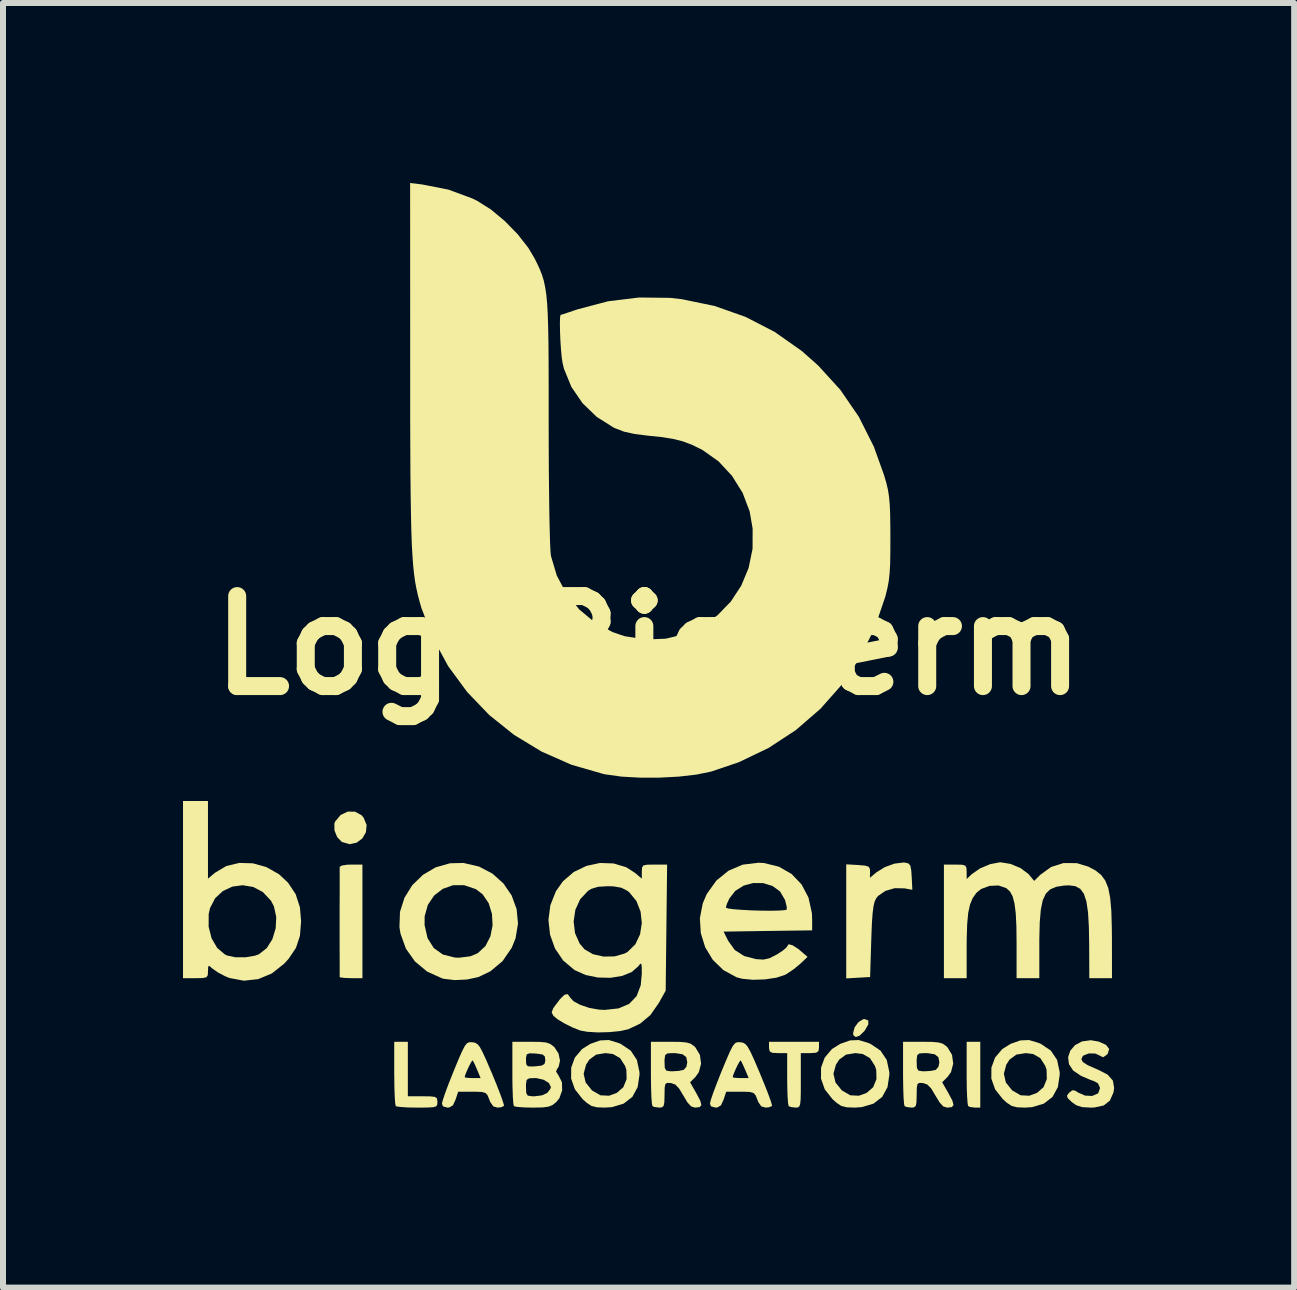
<source format=kicad_pcb>
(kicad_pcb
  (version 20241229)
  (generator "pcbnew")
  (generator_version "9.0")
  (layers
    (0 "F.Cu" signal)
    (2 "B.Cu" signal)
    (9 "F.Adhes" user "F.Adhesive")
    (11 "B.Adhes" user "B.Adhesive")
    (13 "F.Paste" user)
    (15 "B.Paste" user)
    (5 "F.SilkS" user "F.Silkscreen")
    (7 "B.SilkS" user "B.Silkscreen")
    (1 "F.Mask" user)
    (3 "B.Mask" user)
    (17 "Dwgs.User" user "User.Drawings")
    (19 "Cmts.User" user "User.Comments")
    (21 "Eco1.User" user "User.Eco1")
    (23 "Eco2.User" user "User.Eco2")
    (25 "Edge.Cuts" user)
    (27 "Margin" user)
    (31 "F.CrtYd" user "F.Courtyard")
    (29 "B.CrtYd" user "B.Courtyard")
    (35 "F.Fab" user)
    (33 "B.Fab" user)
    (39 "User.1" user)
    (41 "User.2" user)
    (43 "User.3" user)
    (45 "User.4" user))
  (footprint "LogoBiogerm"
    (layer "F.Cu")
    (at 7.76 7.706)
    (property "Reference" "LogoBiogerm" (at 0 0 0) (layer "F.SilkS") (effects (font (size 1.5 1.5) (thickness 0.3))))
    (attr board_only exclude_from_pos_files exclude_from_bom)
    (fp_poly (pts (xy 3.66 6.25) (xy 3.662 6.314) (xy 3.606 6.413) (xy 3.593 6.43) (xy 3.516 6.504) (xy 3.45 6.527) (xy 3.412 6.496) (xy 3.407 6.463) (xy 3.433 6.365) (xy 3.497 6.278) (xy 3.576 6.23) (xy 3.598 6.227)) (stroke (width 0) (type solid)) (fill yes) (layer "F.SilkS"))
    (fp_poly (pts (xy 5.527 7.154) (xy 5.527 7.703) (xy 5.438 7.703) (xy 5.359 7.693) (xy 5.325 7.678) (xy 5.316 7.633) (xy 5.308 7.527) (xy 5.302 7.374) (xy 5.3 7.188) (xy 5.3 7.129) (xy 5.3 6.606) (xy 5.413 6.606) (xy 5.527 6.606)) (stroke (width 0) (type solid)) (fill yes) (layer "F.SilkS"))
    (fp_poly (pts (xy -4.893 2.771) (xy -4.784 2.831) (xy -4.75 2.871) (xy -4.7 2.994) (xy -4.712 3.115) (xy -4.772 3.218) (xy -4.867 3.288) (xy -4.984 3.313) (xy -5.111 3.276) (xy -5.115 3.274) (xy -5.191 3.195) (xy -5.236 3.083) (xy -5.238 2.972) (xy -5.226 2.937) (xy -5.133 2.826) (xy -5.016 2.77)) (stroke (width 0) (type solid)) (fill yes) (layer "F.SilkS"))
    (fp_poly (pts (xy -4.77 4.599) (xy -4.77 5.546) (xy -4.959 5.546) (xy -5.067 5.542) (xy -5.136 5.533) (xy -5.149 5.527) (xy -5.149 5.485) (xy -5.149 5.378) (xy -5.149 5.218) (xy -5.15 5.013) (xy -5.15 4.777) (xy -5.15 4.618) (xy -5.15 4.365) (xy -5.149 4.137) (xy -5.149 3.944) (xy -5.149 3.799) (xy -5.149 3.711) (xy -5.149 3.691) (xy -5.114 3.669) (xy -5.027 3.655) (xy -4.959 3.653) (xy -4.77 3.653)) (stroke (width 0) (type solid)) (fill yes) (layer "F.SilkS"))
    (fp_poly (pts (xy -4.013 7.06) (xy -4.013 7.514) (xy -3.766 7.514) (xy -3.634 7.516) (xy -3.561 7.525) (xy -3.528 7.549) (xy -3.521 7.593) (xy -3.52 7.609) (xy -3.523 7.654) (xy -3.541 7.682) (xy -3.59 7.696) (xy -3.683 7.702) (xy -3.835 7.703) (xy -3.855 7.703) (xy -4.007 7.701) (xy -4.129 7.693) (xy -4.203 7.683) (xy -4.214 7.678) (xy -4.224 7.633) (xy -4.231 7.527) (xy -4.237 7.374) (xy -4.239 7.188) (xy -4.24 7.129) (xy -4.24 6.606) (xy -4.126 6.606) (xy -4.013 6.606)) (stroke (width 0) (type solid)) (fill yes) (layer "F.SilkS"))
    (fp_poly (pts (xy 2.839 6.7) (xy 2.831 6.761) (xy 2.792 6.788) (xy 2.701 6.795) (xy 2.688 6.795) (xy 2.536 6.795) (xy 2.536 7.249) (xy 2.536 7.44) (xy 2.533 7.569) (xy 2.525 7.647) (xy 2.509 7.686) (xy 2.484 7.701) (xy 2.448 7.703) (xy 2.368 7.693) (xy 2.334 7.678) (xy 2.324 7.632) (xy 2.316 7.527) (xy 2.311 7.378) (xy 2.309 7.224) (xy 2.309 6.795) (xy 2.158 6.795) (xy 2.06 6.79) (xy 2.017 6.765) (xy 2.006 6.708) (xy 2.006 6.7) (xy 2.006 6.606) (xy 2.423 6.606) (xy 2.839 6.606)) (stroke (width 0) (type solid)) (fill yes) (layer "F.SilkS"))
    (fp_poly (pts (xy 4.279 3.621) (xy 4.332 3.635) (xy 4.362 3.672) (xy 4.377 3.751) (xy 4.384 3.854) (xy 4.395 4.073) (xy 4.263 4.049) (xy 4.1 4.046) (xy 3.945 4.092) (xy 3.823 4.176) (xy 3.794 4.213) (xy 3.767 4.267) (xy 3.748 4.345) (xy 3.733 4.461) (xy 3.721 4.626) (xy 3.712 4.852) (xy 3.71 4.919) (xy 3.691 5.527) (xy 3.492 5.538) (xy 3.293 5.55) (xy 3.293 4.599) (xy 3.293 3.649) (xy 3.492 3.66) (xy 3.608 3.67) (xy 3.667 3.688) (xy 3.688 3.726) (xy 3.69 3.772) (xy 3.688 3.873) (xy 3.795 3.783) (xy 3.934 3.696) (xy 4.096 3.637) (xy 4.248 3.618)) (stroke (width 0) (type solid)) (fill yes) (layer "F.SilkS"))
    (fp_poly (pts (xy -0.504 6.625) (xy -0.464 6.642) (xy -0.299 6.753) (xy -0.196 6.908) (xy -0.153 7.109) (xy -0.152 7.154) (xy -0.183 7.362) (xy -0.272 7.525) (xy -0.417 7.637) (xy -0.612 7.695) (xy -0.73 7.703) (xy -0.862 7.698) (xy -0.952 7.676) (xy -1.033 7.622) (xy -1.101 7.561) (xy -1.229 7.398) (xy -1.292 7.219) (xy -1.291 7.139) (xy -1.083 7.139) (xy -1.05 7.284) (xy -0.946 7.414) (xy -0.941 7.418) (xy -0.803 7.498) (xy -0.659 7.505) (xy -0.531 7.458) (xy -0.422 7.363) (xy -0.367 7.228) (xy -0.371 7.075) (xy -0.392 7.009) (xy -0.476 6.878) (xy -0.595 6.81) (xy -0.719 6.795) (xy -0.875 6.82) (xy -0.988 6.903) (xy -1.043 6.988) (xy -1.083 7.139) (xy -1.291 7.139) (xy -1.291 7.038) (xy -1.23 6.87) (xy -1.109 6.727) (xy -0.972 6.641) (xy -0.807 6.583) (xy -0.663 6.577)) (stroke (width 0) (type solid)) (fill yes) (layer "F.SilkS"))
    (fp_poly (pts (xy 3.66 6.625) (xy 3.699 6.642) (xy 3.864 6.753) (xy 3.968 6.908) (xy 4.011 7.109) (xy 4.012 7.154) (xy 3.981 7.362) (xy 3.892 7.525) (xy 3.747 7.637) (xy 3.552 7.695) (xy 3.434 7.703) (xy 3.302 7.698) (xy 3.212 7.676) (xy 3.131 7.622) (xy 3.063 7.561) (xy 2.935 7.398) (xy 2.872 7.219) (xy 2.873 7.139) (xy 3.08 7.139) (xy 3.114 7.284) (xy 3.218 7.414) (xy 3.223 7.418) (xy 3.361 7.498) (xy 3.505 7.505) (xy 3.633 7.458) (xy 3.742 7.363) (xy 3.797 7.228) (xy 3.793 7.075) (xy 3.772 7.009) (xy 3.688 6.878) (xy 3.569 6.81) (xy 3.445 6.795) (xy 3.289 6.82) (xy 3.176 6.903) (xy 3.121 6.988) (xy 3.08 7.139) (xy 2.873 7.139) (xy 2.873 7.038) (xy 2.934 6.87) (xy 3.055 6.727) (xy 3.192 6.641) (xy 3.357 6.583) (xy 3.501 6.577)) (stroke (width 0) (type solid)) (fill yes) (layer "F.SilkS"))
    (fp_poly (pts (xy 6.499 6.625) (xy 6.538 6.642) (xy 6.703 6.753) (xy 6.807 6.908) (xy 6.85 7.109) (xy 6.851 7.154) (xy 6.82 7.362) (xy 6.731 7.525) (xy 6.586 7.637) (xy 6.391 7.695) (xy 6.273 7.703) (xy 6.141 7.698) (xy 6.051 7.676) (xy 5.97 7.622) (xy 5.902 7.561) (xy 5.774 7.398) (xy 5.711 7.219) (xy 5.712 7.139) (xy 5.92 7.139) (xy 5.953 7.284) (xy 6.057 7.414) (xy 6.062 7.418) (xy 6.2 7.498) (xy 6.344 7.505) (xy 6.472 7.458) (xy 6.581 7.363) (xy 6.636 7.228) (xy 6.632 7.075) (xy 6.611 7.009) (xy 6.527 6.878) (xy 6.408 6.81) (xy 6.284 6.795) (xy 6.128 6.82) (xy 6.015 6.903) (xy 5.96 6.988) (xy 5.92 7.139) (xy 5.712 7.139) (xy 5.712 7.038) (xy 5.773 6.87) (xy 5.894 6.727) (xy 6.031 6.641) (xy 6.196 6.583) (xy 6.34 6.577)) (stroke (width 0) (type solid)) (fill yes) (layer "F.SilkS"))
    (fp_poly (pts (xy -2.826 3.686) (xy -2.602 3.804) (xy -2.419 3.968) (xy -2.283 4.168) (xy -2.2 4.395) (xy -2.177 4.636) (xy -2.218 4.882) (xy -2.282 5.04) (xy -2.435 5.262) (xy -2.637 5.431) (xy -2.834 5.526) (xy -3.024 5.568) (xy -3.232 5.578) (xy -3.417 5.556) (xy -3.445 5.548) (xy -3.692 5.436) (xy -3.895 5.267) (xy -4.046 5.053) (xy -4.136 4.803) (xy -4.153 4.695) (xy -4.152 4.662) (xy -3.734 4.662) (xy -3.684 4.88) (xy -3.581 5.044) (xy -3.429 5.152) (xy -3.23 5.202) (xy -3.161 5.205) (xy -2.97 5.181) (xy -2.85 5.131) (xy -2.72 5.011) (xy -2.637 4.849) (xy -2.601 4.665) (xy -2.611 4.475) (xy -2.666 4.296) (xy -2.767 4.148) (xy -2.878 4.063) (xy -3.072 3.997) (xy -3.26 3.997) (xy -3.432 4.058) (xy -3.575 4.169) (xy -3.68 4.325) (xy -3.733 4.515) (xy -3.734 4.662) (xy -4.152 4.662) (xy -4.144 4.441) (xy -4.069 4.205) (xy -3.939 3.996) (xy -3.762 3.824) (xy -3.55 3.699) (xy -3.311 3.631) (xy -3.085 3.626)) (stroke (width 0) (type solid)) (fill yes) (layer "F.SilkS"))
    (fp_poly (pts (xy 7.502 6.603) (xy 7.623 6.658) (xy 7.675 6.725) (xy 7.653 6.801) (xy 7.633 6.824) (xy 7.575 6.864) (xy 7.526 6.841) (xy 7.526 6.84) (xy 7.444 6.802) (xy 7.338 6.8) (xy 7.25 6.833) (xy 7.233 6.848) (xy 7.211 6.897) (xy 7.238 6.945) (xy 7.321 6.998) (xy 7.469 7.063) (xy 7.494 7.073) (xy 7.65 7.154) (xy 7.737 7.253) (xy 7.758 7.376) (xy 7.746 7.453) (xy 7.687 7.586) (xy 7.585 7.667) (xy 7.43 7.701) (xy 7.365 7.703) (xy 7.224 7.695) (xy 7.126 7.663) (xy 7.052 7.611) (xy 6.986 7.547) (xy 6.971 7.506) (xy 7.003 7.461) (xy 7.009 7.455) (xy 7.061 7.413) (xy 7.11 7.421) (xy 7.159 7.453) (xy 7.274 7.503) (xy 7.391 7.509) (xy 7.483 7.47) (xy 7.495 7.458) (xy 7.523 7.375) (xy 7.489 7.299) (xy 7.43 7.265) (xy 7.354 7.237) (xy 7.246 7.191) (xy 7.206 7.174) (xy 7.074 7.085) (xy 7.005 6.978) (xy 6.991 6.863) (xy 7.027 6.754) (xy 7.106 6.662) (xy 7.222 6.6) (xy 7.368 6.58)) (stroke (width 0) (type solid)) (fill yes) (layer "F.SilkS"))
    (fp_poly (pts (xy -2.936 6.614) (xy -2.892 6.622) (xy -2.853 6.645) (xy -2.814 6.692) (xy -2.769 6.775) (xy -2.709 6.905) (xy -2.629 7.092) (xy -2.61 7.135) (xy -2.535 7.318) (xy -2.474 7.475) (xy -2.431 7.595) (xy -2.411 7.664) (xy -2.411 7.675) (xy -2.457 7.697) (xy -2.517 7.703) (xy -2.588 7.683) (xy -2.639 7.611) (xy -2.655 7.571) (xy -2.684 7.498) (xy -2.719 7.459) (xy -2.781 7.442) (xy -2.892 7.438) (xy -2.938 7.438) (xy -3.174 7.438) (xy -3.218 7.571) (xy -3.261 7.664) (xy -3.32 7.7) (xy -3.353 7.703) (xy -3.428 7.682) (xy -3.445 7.637) (xy -3.431 7.579) (xy -3.393 7.466) (xy -3.337 7.314) (xy -3.29 7.197) (xy -3.066 7.197) (xy -3.033 7.206) (xy -2.951 7.211) (xy -2.933 7.211) (xy -2.8 7.211) (xy -2.859 7.071) (xy -2.899 6.979) (xy -2.928 6.922) (xy -2.933 6.916) (xy -2.953 6.938) (xy -2.989 7.004) (xy -3.028 7.088) (xy -3.058 7.162) (xy -3.066 7.197) (xy -3.29 7.197) (xy -3.266 7.136) (xy -3.246 7.087) (xy -3.167 6.895) (xy -3.108 6.762) (xy -3.065 6.678) (xy -3.029 6.632) (xy -2.993 6.614) (xy -2.951 6.613)) (stroke (width 0) (type solid)) (fill yes) (layer "F.SilkS"))
    (fp_poly (pts (xy 1.53 6.614) (xy 1.575 6.622) (xy 1.614 6.645) (xy 1.652 6.692) (xy 1.698 6.775) (xy 1.758 6.905) (xy 1.838 7.092) (xy 1.856 7.135) (xy 1.931 7.318) (xy 1.993 7.475) (xy 2.036 7.595) (xy 2.056 7.664) (xy 2.056 7.675) (xy 2.01 7.697) (xy 1.95 7.703) (xy 1.878 7.683) (xy 1.828 7.611) (xy 1.812 7.571) (xy 1.783 7.498) (xy 1.747 7.459) (xy 1.685 7.442) (xy 1.575 7.438) (xy 1.528 7.438) (xy 1.293 7.438) (xy 1.249 7.571) (xy 1.206 7.664) (xy 1.147 7.7) (xy 1.114 7.703) (xy 1.039 7.682) (xy 1.022 7.637) (xy 1.035 7.579) (xy 1.073 7.466) (xy 1.13 7.314) (xy 1.176 7.197) (xy 1.401 7.197) (xy 1.434 7.206) (xy 1.516 7.211) (xy 1.534 7.211) (xy 1.667 7.211) (xy 1.608 7.071) (xy 1.567 6.979) (xy 1.538 6.922) (xy 1.534 6.916) (xy 1.514 6.938) (xy 1.478 7.004) (xy 1.439 7.088) (xy 1.409 7.162) (xy 1.401 7.197) (xy 1.176 7.197) (xy 1.2 7.136) (xy 1.22 7.087) (xy 1.3 6.895) (xy 1.358 6.762) (xy 1.402 6.678) (xy 1.438 6.632) (xy 1.474 6.614) (xy 1.516 6.613)) (stroke (width 0) (type solid)) (fill yes) (layer "F.SilkS"))
    (fp_poly (pts (xy 0.523 6.608) (xy 0.628 6.617) (xy 0.698 6.637) (xy 0.752 6.674) (xy 0.778 6.698) (xy 0.854 6.823) (xy 0.874 6.97) (xy 0.837 7.112) (xy 0.781 7.191) (xy 0.691 7.281) (xy 0.798 7.469) (xy 0.861 7.589) (xy 0.879 7.661) (xy 0.85 7.695) (xy 0.773 7.703) (xy 0.772 7.703) (xy 0.709 7.684) (xy 0.647 7.617) (xy 0.58 7.505) (xy 0.507 7.384) (xy 0.444 7.319) (xy 0.373 7.294) (xy 0.369 7.294) (xy 0.31 7.291) (xy 0.279 7.31) (xy 0.267 7.371) (xy 0.265 7.489) (xy 0.265 7.493) (xy 0.262 7.613) (xy 0.249 7.676) (xy 0.218 7.7) (xy 0.177 7.703) (xy 0.097 7.693) (xy 0.063 7.678) (xy 0.054 7.633) (xy 0.046 7.527) (xy 0.041 7.374) (xy 0.038 7.188) (xy 0.038 7.129) (xy 0.038 6.946) (xy 0.265 6.946) (xy 0.269 7.043) (xy 0.294 7.086) (xy 0.358 7.097) (xy 0.394 7.098) (xy 0.502 7.091) (xy 0.582 7.075) (xy 0.584 7.075) (xy 0.63 7.021) (xy 0.644 6.946) (xy 0.627 6.862) (xy 0.567 6.815) (xy 0.453 6.796) (xy 0.394 6.795) (xy 0.312 6.8) (xy 0.275 6.828) (xy 0.265 6.903) (xy 0.265 6.946) (xy 0.038 6.946) (xy 0.038 6.606) (xy 0.361 6.606)) (stroke (width 0) (type solid)) (fill yes) (layer "F.SilkS"))
    (fp_poly (pts (xy 4.725 6.608) (xy 4.83 6.617) (xy 4.9 6.637) (xy 4.953 6.674) (xy 4.98 6.698) (xy 5.056 6.823) (xy 5.076 6.97) (xy 5.039 7.112) (xy 4.982 7.191) (xy 4.892 7.281) (xy 5 7.469) (xy 5.063 7.589) (xy 5.081 7.661) (xy 5.052 7.695) (xy 4.975 7.703) (xy 4.974 7.703) (xy 4.911 7.684) (xy 4.849 7.617) (xy 4.781 7.505) (xy 4.709 7.384) (xy 4.645 7.319) (xy 4.575 7.294) (xy 4.571 7.294) (xy 4.512 7.291) (xy 4.481 7.31) (xy 4.469 7.371) (xy 4.467 7.489) (xy 4.467 7.493) (xy 4.464 7.613) (xy 4.451 7.676) (xy 4.42 7.7) (xy 4.378 7.703) (xy 4.299 7.693) (xy 4.265 7.678) (xy 4.256 7.633) (xy 4.248 7.527) (xy 4.243 7.374) (xy 4.24 7.188) (xy 4.24 7.129) (xy 4.24 6.946) (xy 4.467 6.946) (xy 4.471 7.043) (xy 4.496 7.086) (xy 4.559 7.097) (xy 4.596 7.098) (xy 4.703 7.091) (xy 4.784 7.075) (xy 4.785 7.075) (xy 4.831 7.021) (xy 4.845 6.946) (xy 4.828 6.862) (xy 4.769 6.815) (xy 4.654 6.796) (xy 4.596 6.795) (xy 4.513 6.8) (xy 4.476 6.828) (xy 4.467 6.903) (xy 4.467 6.946) (xy 4.24 6.946) (xy 4.24 6.606) (xy 4.563 6.606)) (stroke (width 0) (type solid)) (fill yes) (layer "F.SilkS"))
    (fp_poly (pts (xy -7.344 3.24) (xy -7.344 3.887) (xy -7.228 3.79) (xy -7.039 3.677) (xy -6.822 3.625) (xy -6.593 3.632) (xy -6.367 3.696) (xy -6.159 3.815) (xy -6.01 3.954) (xy -5.882 4.147) (xy -5.811 4.367) (xy -5.792 4.599) (xy -5.811 4.84) (xy -5.877 5.04) (xy -5.999 5.222) (xy -6.075 5.305) (xy -6.279 5.467) (xy -6.507 5.562) (xy -6.746 5.588) (xy -6.986 5.543) (xy -7.061 5.512) (xy -7.172 5.454) (xy -7.261 5.393) (xy -7.279 5.378) (xy -7.324 5.339) (xy -7.341 5.356) (xy -7.344 5.429) (xy -7.347 5.496) (xy -7.369 5.53) (xy -7.429 5.544) (xy -7.545 5.546) (xy -7.552 5.546) (xy -7.76 5.546) (xy -7.76 4.688) (xy -7.333 4.688) (xy -7.284 4.881) (xy -7.191 5.041) (xy -7.063 5.15) (xy -7.025 5.168) (xy -6.887 5.198) (xy -6.719 5.198) (xy -6.56 5.171) (xy -6.494 5.147) (xy -6.365 5.046) (xy -6.271 4.897) (xy -6.216 4.717) (xy -6.206 4.528) (xy -6.245 4.349) (xy -6.294 4.255) (xy -6.429 4.111) (xy -6.59 4.026) (xy -6.765 3.997) (xy -6.938 4.02) (xy -7.096 4.094) (xy -7.225 4.214) (xy -7.31 4.378) (xy -7.332 4.477) (xy -7.333 4.688) (xy -7.76 4.688) (xy -7.76 4.069) (xy -7.76 2.593) (xy -7.552 2.593) (xy -7.344 2.593)) (stroke (width 0) (type solid)) (fill yes) (layer "F.SilkS"))
    (fp_poly (pts (xy 1.923 3.627) (xy 2.171 3.688) (xy 2.382 3.809) (xy 2.549 3.984) (xy 2.664 4.203) (xy 2.721 4.46) (xy 2.725 4.565) (xy 2.725 4.749) (xy 1.987 4.759) (xy 1.249 4.77) (xy 1.325 4.922) (xy 1.435 5.076) (xy 1.592 5.177) (xy 1.793 5.229) (xy 1.914 5.236) (xy 2.016 5.213) (xy 2.137 5.151) (xy 2.234 5.088) (xy 2.296 5.035) (xy 2.309 5.014) (xy 2.334 4.98) (xy 2.4 4.998) (xy 2.498 5.062) (xy 2.526 5.086) (xy 2.649 5.191) (xy 2.526 5.307) (xy 2.414 5.399) (xy 2.294 5.479) (xy 2.271 5.491) (xy 2.128 5.538) (xy 1.941 5.566) (xy 1.742 5.573) (xy 1.562 5.556) (xy 1.467 5.532) (xy 1.245 5.411) (xy 1.069 5.24) (xy 0.942 5.03) (xy 0.869 4.794) (xy 0.854 4.545) (xy 0.888 4.369) (xy 1.287 4.369) (xy 1.322 4.384) (xy 1.416 4.397) (xy 1.552 4.407) (xy 1.713 4.416) (xy 1.882 4.421) (xy 2.042 4.422) (xy 2.177 4.419) (xy 2.27 4.412) (xy 2.303 4.401) (xy 2.3 4.35) (xy 2.277 4.259) (xy 2.27 4.237) (xy 2.19 4.101) (xy 2.065 4.01) (xy 1.911 3.962) (xy 1.745 3.96) (xy 1.584 4.003) (xy 1.444 4.091) (xy 1.346 4.217) (xy 1.305 4.306) (xy 1.287 4.367) (xy 1.287 4.369) (xy 0.888 4.369) (xy 0.903 4.296) (xy 0.969 4.143) (xy 1.129 3.919) (xy 1.331 3.755) (xy 1.567 3.654) (xy 1.829 3.622)) (stroke (width 0) (type solid)) (fill yes) (layer "F.SilkS"))
    (fp_poly (pts (xy -1.81 6.608) (xy -1.708 6.618) (xy -1.64 6.642) (xy -1.585 6.683) (xy -1.569 6.698) (xy -1.501 6.803) (xy -1.477 6.921) (xy -1.5 7.023) (xy -1.521 7.051) (xy -1.543 7.101) (xy -1.504 7.164) (xy -1.502 7.166) (xy -1.445 7.28) (xy -1.441 7.416) (xy -1.488 7.547) (xy -1.539 7.61) (xy -1.6 7.659) (xy -1.668 7.687) (xy -1.765 7.7) (xy -1.915 7.703) (xy -1.93 7.703) (xy -2.072 7.7) (xy -2.183 7.692) (xy -2.242 7.681) (xy -2.246 7.678) (xy -2.255 7.633) (xy -2.263 7.527) (xy -2.268 7.374) (xy -2.269 7.363) (xy -2.044 7.363) (xy -2.04 7.46) (xy -2.015 7.503) (xy -1.947 7.514) (xy -1.895 7.514) (xy -1.778 7.499) (xy -1.693 7.46) (xy -1.687 7.455) (xy -1.64 7.394) (xy -1.628 7.363) (xy -1.662 7.293) (xy -1.75 7.239) (xy -1.869 7.212) (xy -1.895 7.211) (xy -1.991 7.215) (xy -2.033 7.241) (xy -2.044 7.311) (xy -2.044 7.363) (xy -2.269 7.363) (xy -2.271 7.188) (xy -2.271 7.129) (xy -2.271 6.908) (xy -2.044 6.908) (xy -2.04 6.982) (xy -2.013 7.014) (xy -1.942 7.018) (xy -1.883 7.015) (xy -1.781 7.002) (xy -1.735 6.975) (xy -1.722 6.92) (xy -1.722 6.908) (xy -1.731 6.848) (xy -1.771 6.817) (xy -1.863 6.804) (xy -1.883 6.802) (xy -1.984 6.798) (xy -2.03 6.815) (xy -2.043 6.866) (xy -2.044 6.908) (xy -2.271 6.908) (xy -2.271 6.606) (xy -1.967 6.606)) (stroke (width 0) (type solid)) (fill yes) (layer "F.SilkS"))
    (fp_poly (pts (xy 6.033 3.642) (xy 6.198 3.711) (xy 6.329 3.809) (xy 6.345 3.827) (xy 6.425 3.925) (xy 6.525 3.825) (xy 6.707 3.693) (xy 6.916 3.627) (xy 7.137 3.629) (xy 7.325 3.686) (xy 7.446 3.75) (xy 7.54 3.824) (xy 7.61 3.919) (xy 7.66 4.043) (xy 7.692 4.207) (xy 7.711 4.421) (xy 7.719 4.696) (xy 7.721 4.874) (xy 7.722 5.546) (xy 7.533 5.546) (xy 7.344 5.546) (xy 7.342 5.006) (xy 7.337 4.695) (xy 7.323 4.452) (xy 7.296 4.269) (xy 7.254 4.14) (xy 7.193 4.057) (xy 7.11 4.012) (xy 7.002 3.999) (xy 6.918 4.003) (xy 6.79 4.024) (xy 6.692 4.066) (xy 6.619 4.138) (xy 6.568 4.248) (xy 6.536 4.404) (xy 6.518 4.616) (xy 6.511 4.893) (xy 6.511 4.987) (xy 6.511 5.546) (xy 6.322 5.546) (xy 6.132 5.546) (xy 6.132 4.968) (xy 6.129 4.683) (xy 6.118 4.464) (xy 6.097 4.3) (xy 6.066 4.182) (xy 6.021 4.101) (xy 5.961 4.046) (xy 5.959 4.045) (xy 5.831 4.001) (xy 5.681 4.008) (xy 5.541 4.06) (xy 5.462 4.124) (xy 5.401 4.211) (xy 5.356 4.319) (xy 5.326 4.458) (xy 5.309 4.642) (xy 5.301 4.883) (xy 5.3 5.025) (xy 5.3 5.546) (xy 5.11 5.546) (xy 4.921 5.546) (xy 4.921 4.599) (xy 4.921 3.653) (xy 5.11 3.653) (xy 5.222 3.655) (xy 5.278 3.67) (xy 5.297 3.711) (xy 5.3 3.773) (xy 5.3 3.893) (xy 5.385 3.813) (xy 5.522 3.717) (xy 5.691 3.646) (xy 5.853 3.615) (xy 5.867 3.615)) (stroke (width 0) (type solid)) (fill yes) (layer "F.SilkS"))
    (fp_poly (pts (xy -0.583 3.634) (xy -0.372 3.698) (xy -0.229 3.79) (xy -0.114 3.887) (xy -0.114 3.77) (xy -0.11 3.703) (xy -0.089 3.668) (xy -0.029 3.655) (xy 0.085 3.653) (xy 0.097 3.653) (xy 0.308 3.653) (xy 0.296 4.703) (xy 0.284 5.754) (xy 0.171 5.957) (xy 0.03 6.16) (xy -0.142 6.304) (xy -0.339 6.397) (xy -0.474 6.427) (xy -0.653 6.445) (xy -0.845 6.45) (xy -1.019 6.44) (xy -1.136 6.419) (xy -1.26 6.371) (xy -1.394 6.305) (xy -1.512 6.235) (xy -1.586 6.175) (xy -1.587 6.173) (xy -1.616 6.117) (xy -1.593 6.053) (xy -1.577 6.028) (xy -1.476 5.894) (xy -1.403 5.823) (xy -1.352 5.811) (xy -1.317 5.853) (xy -1.313 5.863) (xy -1.253 5.929) (xy -1.139 5.991) (xy -0.99 6.041) (xy -0.828 6.07) (xy -0.736 6.075) (xy -0.502 6.05) (xy -0.324 5.974) (xy -0.201 5.846) (xy -0.132 5.665) (xy -0.114 5.471) (xy -0.115 5.355) (xy -0.123 5.304) (xy -0.142 5.308) (xy -0.17 5.345) (xy -0.282 5.444) (xy -0.444 5.509) (xy -0.638 5.54) (xy -0.846 5.535) (xy -1.05 5.493) (xy -1.23 5.413) (xy -1.235 5.411) (xy -1.424 5.252) (xy -1.561 5.051) (xy -1.643 4.821) (xy -1.667 4.601) (xy -1.25 4.601) (xy -1.227 4.795) (xy -1.15 4.969) (xy -1.068 5.065) (xy -0.929 5.146) (xy -0.753 5.186) (xy -0.567 5.183) (xy -0.4 5.135) (xy -0.351 5.108) (xy -0.222 4.982) (xy -0.143 4.816) (xy -0.114 4.629) (xy -0.134 4.438) (xy -0.203 4.261) (xy -0.322 4.116) (xy -0.353 4.091) (xy -0.453 4.039) (xy -0.585 4.016) (xy -0.681 4.013) (xy -0.842 4.023) (xy -0.957 4.058) (xy -1.01 4.091) (xy -1.141 4.23) (xy -1.221 4.406) (xy -1.25 4.601) (xy -1.667 4.601) (xy -1.67 4.577) (xy -1.638 4.331) (xy -1.546 4.098) (xy -1.428 3.931) (xy -1.249 3.777) (xy -1.038 3.675) (xy -0.811 3.626)) (stroke (width 0) (type solid)) (fill yes) (layer "F.SilkS"))
    (fp_poly (pts (xy -3.776 -7.682) (xy -3.337 -7.596) (xy -2.939 -7.449) (xy -2.858 -7.409) (xy -2.629 -7.265) (xy -2.398 -7.073) (xy -2.183 -6.853) (xy -2.004 -6.624) (xy -1.903 -6.454) (xy -1.853 -6.353) (xy -1.811 -6.262) (xy -1.776 -6.172) (xy -1.747 -6.076) (xy -1.724 -5.969) (xy -1.705 -5.843) (xy -1.691 -5.692) (xy -1.681 -5.507) (xy -1.674 -5.284) (xy -1.669 -5.014) (xy -1.667 -4.69) (xy -1.666 -4.307) (xy -1.666 -3.856) (xy -1.666 -3.726) (xy -1.665 -3.292) (xy -1.663 -2.89) (xy -1.659 -2.525) (xy -1.655 -2.205) (xy -1.649 -1.934) (xy -1.643 -1.721) (xy -1.636 -1.571) (xy -1.628 -1.491) (xy -1.53 -1.162) (xy -1.37 -0.861) (xy -1.155 -0.598) (xy -0.895 -0.381) (xy -0.599 -0.221) (xy -0.399 -0.153) (xy -0.05 -0.098) (xy 0.286 -0.112) (xy 0.602 -0.188) (xy 0.892 -0.321) (xy 1.15 -0.504) (xy 1.369 -0.73) (xy 1.543 -0.995) (xy 1.666 -1.29) (xy 1.732 -1.61) (xy 1.733 -1.948) (xy 1.683 -2.235) (xy 1.566 -2.543) (xy 1.39 -2.825) (xy 1.165 -3.067) (xy 0.903 -3.253) (xy 0.88 -3.266) (xy 0.72 -3.344) (xy 0.568 -3.401) (xy 0.404 -3.442) (xy 0.204 -3.473) (xy -0.008 -3.495) (xy -0.234 -3.523) (xy -0.41 -3.562) (xy -0.561 -3.62) (xy -0.583 -3.63) (xy -0.865 -3.808) (xy -1.103 -4.038) (xy -1.288 -4.309) (xy -1.411 -4.61) (xy -1.434 -4.705) (xy -1.449 -4.802) (xy -1.461 -4.935) (xy -1.471 -5.087) (xy -1.477 -5.238) (xy -1.479 -5.371) (xy -1.476 -5.467) (xy -1.468 -5.508) (xy -1.467 -5.508) (xy -1.429 -5.519) (xy -1.338 -5.549) (xy -1.211 -5.592) (xy -1.177 -5.603) (xy -0.676 -5.735) (xy -0.16 -5.798) (xy 0.357 -5.792) (xy 0.551 -5.77) (xy 1.099 -5.657) (xy 1.615 -5.475) (xy 2.1 -5.225) (xy 2.552 -4.907) (xy 2.826 -4.664) (xy 3.194 -4.26) (xy 3.503 -3.81) (xy 3.753 -3.313) (xy 3.923 -2.839) (xy 3.961 -2.709) (xy 3.988 -2.596) (xy 4.006 -2.481) (xy 4.018 -2.35) (xy 4.025 -2.185) (xy 4.028 -1.971) (xy 4.029 -1.817) (xy 4.028 -1.559) (xy 4.025 -1.359) (xy 4.016 -1.203) (xy 4.002 -1.073) (xy 3.979 -0.952) (xy 3.948 -0.826) (xy 3.946 -0.817) (xy 3.766 -0.288) (xy 3.523 0.204) (xy 3.22 0.654) (xy 2.862 1.058) (xy 2.454 1.411) (xy 1.999 1.709) (xy 1.503 1.947) (xy 1.041 2.103) (xy 0.797 2.153) (xy 0.502 2.187) (xy 0.18 2.204) (xy -0.146 2.204) (xy -0.451 2.187) (xy -0.713 2.151) (xy -0.757 2.142) (xy -1.287 1.989) (xy -1.783 1.77) (xy -2.242 1.492) (xy -2.657 1.16) (xy -3.024 0.777) (xy -3.339 0.349) (xy -3.594 -0.12) (xy -3.787 -0.624) (xy -3.821 -0.743) (xy -3.848 -0.846) (xy -3.871 -0.951) (xy -3.892 -1.062) (xy -3.909 -1.187) (xy -3.924 -1.329) (xy -3.936 -1.494) (xy -3.947 -1.688) (xy -3.955 -1.916) (xy -3.961 -2.184) (xy -3.966 -2.497) (xy -3.97 -2.86) (xy -3.972 -3.279) (xy -3.974 -3.759) (xy -3.974 -4.306) (xy -3.974 -4.705) (xy -3.975 -7.706)) (stroke (width 0) (type solid)) (fill yes) (layer "F.SilkS")))
  (gr_rect
    (start -3 -3)
    (end 18.518 18.409)
    (stroke (width 0.1) (type default))
    (fill no)
    (layer "Edge.Cuts")))
</source>
